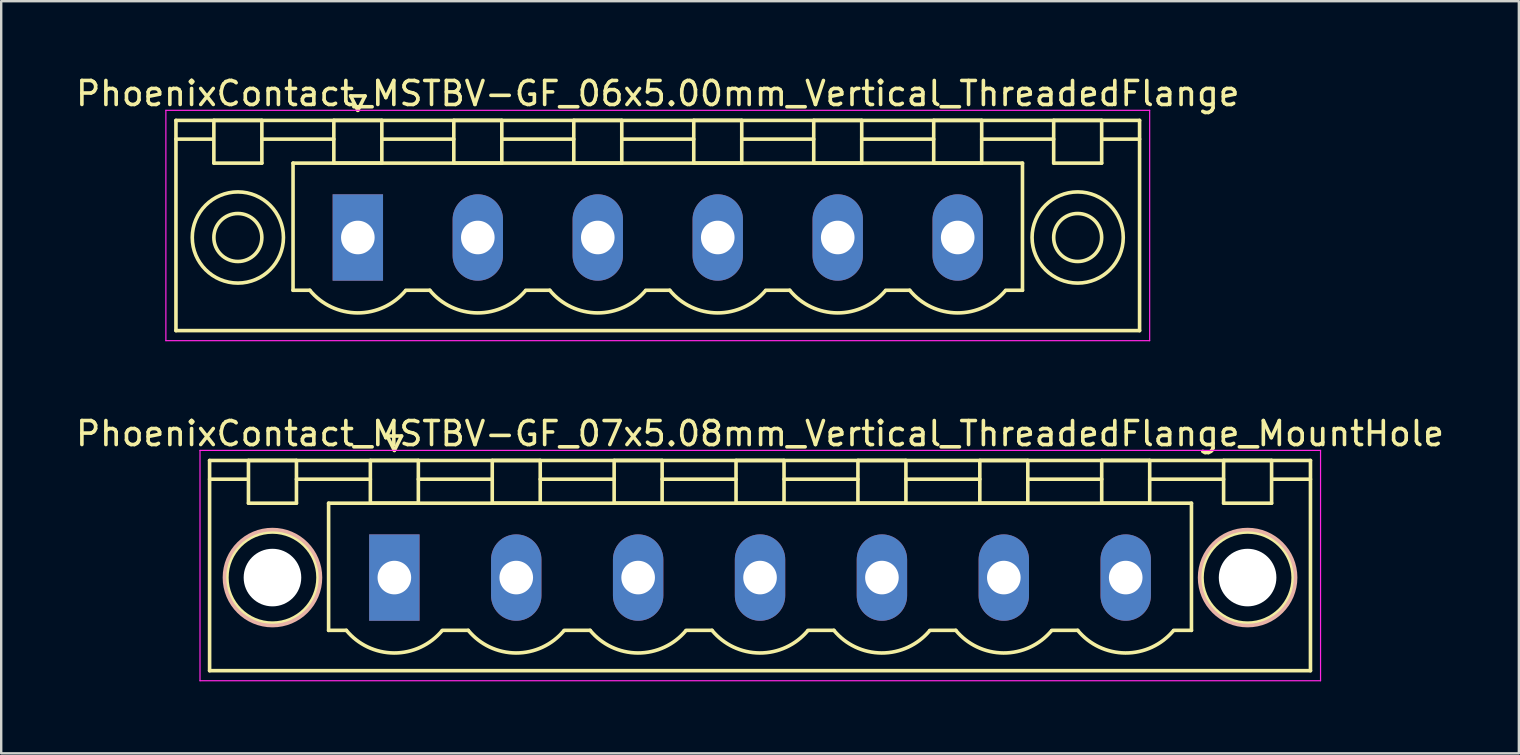
<source format=kicad_pcb>
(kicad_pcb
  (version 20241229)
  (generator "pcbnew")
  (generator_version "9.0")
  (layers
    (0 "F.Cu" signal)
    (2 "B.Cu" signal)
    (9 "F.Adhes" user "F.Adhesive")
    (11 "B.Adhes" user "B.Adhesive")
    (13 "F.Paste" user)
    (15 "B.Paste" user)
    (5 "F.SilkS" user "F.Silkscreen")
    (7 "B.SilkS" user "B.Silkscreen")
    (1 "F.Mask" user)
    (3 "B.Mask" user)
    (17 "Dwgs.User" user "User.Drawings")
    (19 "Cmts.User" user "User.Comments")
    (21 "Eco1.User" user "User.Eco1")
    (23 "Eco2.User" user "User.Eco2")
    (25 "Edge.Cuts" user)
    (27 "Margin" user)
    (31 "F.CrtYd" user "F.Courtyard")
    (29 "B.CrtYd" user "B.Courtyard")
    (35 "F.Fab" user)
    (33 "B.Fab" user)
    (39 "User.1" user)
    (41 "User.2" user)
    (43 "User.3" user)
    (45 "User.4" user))
  (footprint "PhoenixContact_MSTBV-GF_06x5.00mm_Vertical_ThreadedFlange"
    (layer "F.Cu")
    (at 11.863 6.848)
    (property "Reference" "PhoenixContact_MSTBV-GF_06x5.00mm_Vertical_ThreadedFlange" (at 12.5 -6 0) (layer "F.SilkS") (effects (font (size 1 1) (thickness 0.15))))
    (attr through_hole)
    (fp_line (start -7.58 -4.88) (end -7.58 3.88) (stroke (width 0.15) (type solid)) (layer "F.SilkS"))
    (fp_line (start -7.58 -4.1) (end -6.08 -4.1) (stroke (width 0.15) (type solid)) (layer "F.SilkS"))
    (fp_line (start -7.58 3.88) (end 32.58 3.88) (stroke (width 0.15) (type solid)) (layer "F.SilkS"))
    (fp_line (start -6 -4.88) (end -4 -4.88) (stroke (width 0.15) (type solid)) (layer "F.SilkS"))
    (fp_line (start -6 -3.1) (end -6 -4.88) (stroke (width 0.15) (type solid)) (layer "F.SilkS"))
    (fp_line (start -4 -4.88) (end -4 -3.1) (stroke (width 0.15) (type solid)) (layer "F.SilkS"))
    (fp_line (start -4 -4.1) (end -1 -4.1) (stroke (width 0.15) (type solid)) (layer "F.SilkS"))
    (fp_line (start -4 -3.1) (end -6 -3.1) (stroke (width 0.15) (type solid)) (layer "F.SilkS"))
    (fp_line (start -2.7 -3.1) (end 27.7 -3.1) (stroke (width 0.15) (type solid)) (layer "F.SilkS"))
    (fp_line (start -2.7 2.2) (end -2.7 -3.1) (stroke (width 0.15) (type solid)) (layer "F.SilkS"))
    (fp_line (start -2 2.2) (end -2.7 2.2) (stroke (width 0.15) (type solid)) (layer "F.SilkS"))
    (fp_line (start -1 -4.88) (end 1 -4.88) (stroke (width 0.15) (type solid)) (layer "F.SilkS"))
    (fp_line (start -1 -3.1) (end -1 -4.88) (stroke (width 0.15) (type solid)) (layer "F.SilkS"))
    (fp_line (start -0.3 -5.9) (end 0 -5.3) (stroke (width 0.15) (type solid)) (layer "F.SilkS"))
    (fp_line (start 0 -5.3) (end 0.3 -5.9) (stroke (width 0.15) (type solid)) (layer "F.SilkS"))
    (fp_line (start 0.3 -5.9) (end -0.3 -5.9) (stroke (width 0.15) (type solid)) (layer "F.SilkS"))
    (fp_line (start 1 -4.88) (end 1 -3.1) (stroke (width 0.15) (type solid)) (layer "F.SilkS"))
    (fp_line (start 1 -4.1) (end 4 -4.1) (stroke (width 0.15) (type solid)) (layer "F.SilkS"))
    (fp_line (start 1 -3.1) (end -1 -3.1) (stroke (width 0.15) (type solid)) (layer "F.SilkS"))
    (fp_line (start 2 2.2) (end 3 2.2) (stroke (width 0.15) (type solid)) (layer "F.SilkS"))
    (fp_line (start 4 -4.88) (end 6 -4.88) (stroke (width 0.15) (type solid)) (layer "F.SilkS"))
    (fp_line (start 4 -3.1) (end 4 -4.88) (stroke (width 0.15) (type solid)) (layer "F.SilkS"))
    (fp_line (start 6 -4.88) (end 6 -3.1) (stroke (width 0.15) (type solid)) (layer "F.SilkS"))
    (fp_line (start 6 -4.1) (end 9 -4.1) (stroke (width 0.15) (type solid)) (layer "F.SilkS"))
    (fp_line (start 6 -3.1) (end 4 -3.1) (stroke (width 0.15) (type solid)) (layer "F.SilkS"))
    (fp_line (start 7 2.2) (end 8 2.2) (stroke (width 0.15) (type solid)) (layer "F.SilkS"))
    (fp_line (start 9 -4.88) (end 11 -4.88) (stroke (width 0.15) (type solid)) (layer "F.SilkS"))
    (fp_line (start 9 -3.1) (end 9 -4.88) (stroke (width 0.15) (type solid)) (layer "F.SilkS"))
    (fp_line (start 11 -4.88) (end 11 -3.1) (stroke (width 0.15) (type solid)) (layer "F.SilkS"))
    (fp_line (start 11 -4.1) (end 14 -4.1) (stroke (width 0.15) (type solid)) (layer "F.SilkS"))
    (fp_line (start 11 -3.1) (end 9 -3.1) (stroke (width 0.15) (type solid)) (layer "F.SilkS"))
    (fp_line (start 12 2.2) (end 13 2.2) (stroke (width 0.15) (type solid)) (layer "F.SilkS"))
    (fp_line (start 14 -4.88) (end 16 -4.88) (stroke (width 0.15) (type solid)) (layer "F.SilkS"))
    (fp_line (start 14 -3.1) (end 14 -4.88) (stroke (width 0.15) (type solid)) (layer "F.SilkS"))
    (fp_line (start 16 -4.88) (end 16 -3.1) (stroke (width 0.15) (type solid)) (layer "F.SilkS"))
    (fp_line (start 16 -4.1) (end 19 -4.1) (stroke (width 0.15) (type solid)) (layer "F.SilkS"))
    (fp_line (start 16 -3.1) (end 14 -3.1) (stroke (width 0.15) (type solid)) (layer "F.SilkS"))
    (fp_line (start 17 2.2) (end 18 2.2) (stroke (width 0.15) (type solid)) (layer "F.SilkS"))
    (fp_line (start 19 -4.88) (end 21 -4.88) (stroke (width 0.15) (type solid)) (layer "F.SilkS"))
    (fp_line (start 19 -3.1) (end 19 -4.88) (stroke (width 0.15) (type solid)) (layer "F.SilkS"))
    (fp_line (start 21 -4.88) (end 21 -3.1) (stroke (width 0.15) (type solid)) (layer "F.SilkS"))
    (fp_line (start 21 -4.1) (end 24 -4.1) (stroke (width 0.15) (type solid)) (layer "F.SilkS"))
    (fp_line (start 21 -3.1) (end 19 -3.1) (stroke (width 0.15) (type solid)) (layer "F.SilkS"))
    (fp_line (start 22 2.2) (end 23 2.2) (stroke (width 0.15) (type solid)) (layer "F.SilkS"))
    (fp_line (start 24 -4.88) (end 26 -4.88) (stroke (width 0.15) (type solid)) (layer "F.SilkS"))
    (fp_line (start 24 -3.1) (end 24 -4.88) (stroke (width 0.15) (type solid)) (layer "F.SilkS"))
    (fp_line (start 26 -4.88) (end 26 -3.1) (stroke (width 0.15) (type solid)) (layer "F.SilkS"))
    (fp_line (start 26 -4.1) (end 29 -4.1) (stroke (width 0.15) (type solid)) (layer "F.SilkS"))
    (fp_line (start 26 -3.1) (end 24 -3.1) (stroke (width 0.15) (type solid)) (layer "F.SilkS"))
    (fp_line (start 27.7 -3.1) (end 27.7 2.2) (stroke (width 0.15) (type solid)) (layer "F.SilkS"))
    (fp_line (start 27.7 2.2) (end 27 2.2) (stroke (width 0.15) (type solid)) (layer "F.SilkS"))
    (fp_line (start 29 -4.88) (end 31 -4.88) (stroke (width 0.15) (type solid)) (layer "F.SilkS"))
    (fp_line (start 29 -3.1) (end 29 -4.88) (stroke (width 0.15) (type solid)) (layer "F.SilkS"))
    (fp_line (start 31 -4.88) (end 31 -3.1) (stroke (width 0.15) (type solid)) (layer "F.SilkS"))
    (fp_line (start 31 -3.1) (end 29 -3.1) (stroke (width 0.15) (type solid)) (layer "F.SilkS"))
    (fp_line (start 32.58 -4.88) (end -7.58 -4.88) (stroke (width 0.15) (type solid)) (layer "F.SilkS"))
    (fp_line (start 32.58 -4.1) (end 31.08 -4.1) (stroke (width 0.15) (type solid)) (layer "F.SilkS"))
    (fp_line (start 32.58 3.88) (end 32.58 -4.88) (stroke (width 0.15) (type solid)) (layer "F.SilkS"))
    (fp_arc (start 1.986842 2.215821) (mid -0.010289 3.142758) (end -2 2.2) (stroke (width 0.15) (type solid)) (layer "F.SilkS"))
    (fp_arc (start 6.986842 2.215821) (mid 4.989711 3.142758) (end 3 2.2) (stroke (width 0.15) (type solid)) (layer "F.SilkS"))
    (fp_arc (start 11.986842 2.215821) (mid 9.989711 3.142758) (end 8 2.2) (stroke (width 0.15) (type solid)) (layer "F.SilkS"))
    (fp_arc (start 16.986842 2.215821) (mid 14.989711 3.142758) (end 13 2.2) (stroke (width 0.15) (type solid)) (layer "F.SilkS"))
    (fp_arc (start 21.986842 2.215821) (mid 19.989711 3.142758) (end 18 2.2) (stroke (width 0.15) (type solid)) (layer "F.SilkS"))
    (fp_arc (start 26.986842 2.215821) (mid 24.989711 3.142758) (end 23 2.2) (stroke (width 0.15) (type solid)) (layer "F.SilkS"))
    (fp_circle (center -5 0) (end -4 0) (stroke (width 0.15) (type solid)) (fill no) (layer "F.SilkS"))
    (fp_circle (center -5 0) (end -3.1 0) (stroke (width 0.15) (type solid)) (fill no) (layer "F.SilkS"))
    (fp_circle (center 30 0) (end 31 0) (stroke (width 0.15) (type solid)) (fill no) (layer "F.SilkS"))
    (fp_circle (center 30 0) (end 31.9 0) (stroke (width 0.15) (type solid)) (fill no) (layer "F.SilkS"))
    (fp_line (start -8 -5.3) (end -8 4.3) (stroke (width 0.05) (type solid)) (layer "F.CrtYd"))
    (fp_line (start -8 4.3) (end 33 4.3) (stroke (width 0.05) (type solid)) (layer "F.CrtYd"))
    (fp_line (start 33 -5.3) (end -8 -5.3) (stroke (width 0.05) (type solid)) (layer "F.CrtYd"))
    (fp_line (start 33 4.3) (end 33 -5.3) (stroke (width 0.05) (type solid)) (layer "F.CrtYd"))
    (pad "1" thru_hole rect (at 0 0) (size 2.1 3.6) (drill 1.4) (layers "*.Cu" "*.Mask"))
    (pad "2" thru_hole oval (at 5 0) (size 2.1 3.6) (drill 1.4) (layers "*.Cu" "*.Mask"))
    (pad "3" thru_hole oval (at 10 0) (size 2.1 3.6) (drill 1.4) (layers "*.Cu" "*.Mask"))
    (pad "4" thru_hole oval (at 15 0) (size 2.1 3.6) (drill 1.4) (layers "*.Cu" "*.Mask"))
    (pad "5" thru_hole oval (at 20 0) (size 2.1 3.6) (drill 1.4) (layers "*.Cu" "*.Mask"))
    (pad "6" thru_hole oval (at 25 0) (size 2.1 3.6) (drill 1.4) (layers "*.Cu" "*.Mask")))
  (footprint "PhoenixContact_MSTBV-GF_07x5.08mm_Vertical_ThreadedFlange_MountHole"
    (layer "F.Cu")
    (at 13.385 21.021)
    (property "Reference" "PhoenixContact_MSTBV-GF_07x5.08mm_Vertical_ThreadedFlange_MountHole" (at 15.24 -6 0) (layer "F.SilkS") (effects (font (size 1 1) (thickness 0.15))))
    (attr through_hole)
    (fp_line (start -7.7 -4.88) (end -7.7 3.88) (stroke (width 0.15) (type solid)) (layer "F.SilkS"))
    (fp_line (start -7.7 -4.1) (end -6.16 -4.1) (stroke (width 0.15) (type solid)) (layer "F.SilkS"))
    (fp_line (start -7.7 3.88) (end 38.18 3.88) (stroke (width 0.15) (type solid)) (layer "F.SilkS"))
    (fp_line (start -6.08 -4.88) (end -4.08 -4.88) (stroke (width 0.15) (type solid)) (layer "F.SilkS"))
    (fp_line (start -6.08 -3.1) (end -6.08 -4.88) (stroke (width 0.15) (type solid)) (layer "F.SilkS"))
    (fp_line (start -4.08 -4.88) (end -4.08 -3.1) (stroke (width 0.15) (type solid)) (layer "F.SilkS"))
    (fp_line (start -4.08 -4.1) (end -1 -4.1) (stroke (width 0.15) (type solid)) (layer "F.SilkS"))
    (fp_line (start -4.08 -3.1) (end -6.08 -3.1) (stroke (width 0.15) (type solid)) (layer "F.SilkS"))
    (fp_line (start -2.74 -3.1) (end 33.22 -3.1) (stroke (width 0.15) (type solid)) (layer "F.SilkS"))
    (fp_line (start -2.74 2.2) (end -2.74 -3.1) (stroke (width 0.15) (type solid)) (layer "F.SilkS"))
    (fp_line (start -2 2.2) (end -2.74 2.2) (stroke (width 0.15) (type solid)) (layer "F.SilkS"))
    (fp_line (start -1 -4.88) (end 1 -4.88) (stroke (width 0.15) (type solid)) (layer "F.SilkS"))
    (fp_line (start -1 -3.1) (end -1 -4.88) (stroke (width 0.15) (type solid)) (layer "F.SilkS"))
    (fp_line (start -0.3 -5.9) (end 0 -5.3) (stroke (width 0.15) (type solid)) (layer "F.SilkS"))
    (fp_line (start 0 -5.3) (end 0.3 -5.9) (stroke (width 0.15) (type solid)) (layer "F.SilkS"))
    (fp_line (start 0.3 -5.9) (end -0.3 -5.9) (stroke (width 0.15) (type solid)) (layer "F.SilkS"))
    (fp_line (start 1 -4.88) (end 1 -3.1) (stroke (width 0.15) (type solid)) (layer "F.SilkS"))
    (fp_line (start 1 -4.1) (end 4.08 -4.1) (stroke (width 0.15) (type solid)) (layer "F.SilkS"))
    (fp_line (start 1 -3.1) (end -1 -3.1) (stroke (width 0.15) (type solid)) (layer "F.SilkS"))
    (fp_line (start 2 2.2) (end 3.08 2.2) (stroke (width 0.15) (type solid)) (layer "F.SilkS"))
    (fp_line (start 4.08 -4.88) (end 6.08 -4.88) (stroke (width 0.15) (type solid)) (layer "F.SilkS"))
    (fp_line (start 4.08 -3.1) (end 4.08 -4.88) (stroke (width 0.15) (type solid)) (layer "F.SilkS"))
    (fp_line (start 6.08 -4.88) (end 6.08 -3.1) (stroke (width 0.15) (type solid)) (layer "F.SilkS"))
    (fp_line (start 6.08 -4.1) (end 9.16 -4.1) (stroke (width 0.15) (type solid)) (layer "F.SilkS"))
    (fp_line (start 6.08 -3.1) (end 4.08 -3.1) (stroke (width 0.15) (type solid)) (layer "F.SilkS"))
    (fp_line (start 7.08 2.2) (end 8.16 2.2) (stroke (width 0.15) (type solid)) (layer "F.SilkS"))
    (fp_line (start 9.16 -4.88) (end 11.16 -4.88) (stroke (width 0.15) (type solid)) (layer "F.SilkS"))
    (fp_line (start 9.16 -3.1) (end 9.16 -4.88) (stroke (width 0.15) (type solid)) (layer "F.SilkS"))
    (fp_line (start 11.16 -4.88) (end 11.16 -3.1) (stroke (width 0.15) (type solid)) (layer "F.SilkS"))
    (fp_line (start 11.16 -4.1) (end 14.24 -4.1) (stroke (width 0.15) (type solid)) (layer "F.SilkS"))
    (fp_line (start 11.16 -3.1) (end 9.16 -3.1) (stroke (width 0.15) (type solid)) (layer "F.SilkS"))
    (fp_line (start 12.16 2.2) (end 13.24 2.2) (stroke (width 0.15) (type solid)) (layer "F.SilkS"))
    (fp_line (start 14.24 -4.88) (end 16.24 -4.88) (stroke (width 0.15) (type solid)) (layer "F.SilkS"))
    (fp_line (start 14.24 -3.1) (end 14.24 -4.88) (stroke (width 0.15) (type solid)) (layer "F.SilkS"))
    (fp_line (start 16.24 -4.88) (end 16.24 -3.1) (stroke (width 0.15) (type solid)) (layer "F.SilkS"))
    (fp_line (start 16.24 -4.1) (end 19.32 -4.1) (stroke (width 0.15) (type solid)) (layer "F.SilkS"))
    (fp_line (start 16.24 -3.1) (end 14.24 -3.1) (stroke (width 0.15) (type solid)) (layer "F.SilkS"))
    (fp_line (start 17.24 2.2) (end 18.32 2.2) (stroke (width 0.15) (type solid)) (layer "F.SilkS"))
    (fp_line (start 19.32 -4.88) (end 21.32 -4.88) (stroke (width 0.15) (type solid)) (layer "F.SilkS"))
    (fp_line (start 19.32 -3.1) (end 19.32 -4.88) (stroke (width 0.15) (type solid)) (layer "F.SilkS"))
    (fp_line (start 21.32 -4.88) (end 21.32 -3.1) (stroke (width 0.15) (type solid)) (layer "F.SilkS"))
    (fp_line (start 21.32 -4.1) (end 24.4 -4.1) (stroke (width 0.15) (type solid)) (layer "F.SilkS"))
    (fp_line (start 21.32 -3.1) (end 19.32 -3.1) (stroke (width 0.15) (type solid)) (layer "F.SilkS"))
    (fp_line (start 22.32 2.2) (end 23.4 2.2) (stroke (width 0.15) (type solid)) (layer "F.SilkS"))
    (fp_line (start 24.4 -4.88) (end 26.4 -4.88) (stroke (width 0.15) (type solid)) (layer "F.SilkS"))
    (fp_line (start 24.4 -3.1) (end 24.4 -4.88) (stroke (width 0.15) (type solid)) (layer "F.SilkS"))
    (fp_line (start 26.4 -4.88) (end 26.4 -3.1) (stroke (width 0.15) (type solid)) (layer "F.SilkS"))
    (fp_line (start 26.4 -4.1) (end 29.48 -4.1) (stroke (width 0.15) (type solid)) (layer "F.SilkS"))
    (fp_line (start 26.4 -3.1) (end 24.4 -3.1) (stroke (width 0.15) (type solid)) (layer "F.SilkS"))
    (fp_line (start 27.4 2.2) (end 28.48 2.2) (stroke (width 0.15) (type solid)) (layer "F.SilkS"))
    (fp_line (start 29.48 -4.88) (end 31.48 -4.88) (stroke (width 0.15) (type solid)) (layer "F.SilkS"))
    (fp_line (start 29.48 -3.1) (end 29.48 -4.88) (stroke (width 0.15) (type solid)) (layer "F.SilkS"))
    (fp_line (start 31.48 -4.88) (end 31.48 -3.1) (stroke (width 0.15) (type solid)) (layer "F.SilkS"))
    (fp_line (start 31.48 -4.1) (end 34.56 -4.1) (stroke (width 0.15) (type solid)) (layer "F.SilkS"))
    (fp_line (start 31.48 -3.1) (end 29.48 -3.1) (stroke (width 0.15) (type solid)) (layer "F.SilkS"))
    (fp_line (start 33.22 -3.1) (end 33.22 2.2) (stroke (width 0.15) (type solid)) (layer "F.SilkS"))
    (fp_line (start 33.22 2.2) (end 32.48 2.2) (stroke (width 0.15) (type solid)) (layer "F.SilkS"))
    (fp_line (start 34.56 -4.88) (end 36.56 -4.88) (stroke (width 0.15) (type solid)) (layer "F.SilkS"))
    (fp_line (start 34.56 -3.1) (end 34.56 -4.88) (stroke (width 0.15) (type solid)) (layer "F.SilkS"))
    (fp_line (start 36.56 -4.88) (end 36.56 -3.1) (stroke (width 0.15) (type solid)) (layer "F.SilkS"))
    (fp_line (start 36.56 -3.1) (end 34.56 -3.1) (stroke (width 0.15) (type solid)) (layer "F.SilkS"))
    (fp_line (start 38.18 -4.88) (end -7.7 -4.88) (stroke (width 0.15) (type solid)) (layer "F.SilkS"))
    (fp_line (start 38.18 -4.1) (end 36.64 -4.1) (stroke (width 0.15) (type solid)) (layer "F.SilkS"))
    (fp_line (start 38.18 3.88) (end 38.18 -4.88) (stroke (width 0.15) (type solid)) (layer "F.SilkS"))
    (fp_arc (start 1.986842 2.215821) (mid -0.010289 3.142758) (end -2 2.2) (stroke (width 0.15) (type solid)) (layer "F.SilkS"))
    (fp_arc (start 7.066842 2.215821) (mid 5.069711 3.142758) (end 3.08 2.2) (stroke (width 0.15) (type solid)) (layer "F.SilkS"))
    (fp_arc (start 12.146842 2.215821) (mid 10.149711 3.142758) (end 8.16 2.2) (stroke (width 0.15) (type solid)) (layer "F.SilkS"))
    (fp_arc (start 17.226842 2.215821) (mid 15.229711 3.142758) (end 13.24 2.2) (stroke (width 0.15) (type solid)) (layer "F.SilkS"))
    (fp_arc (start 22.306842 2.215821) (mid 20.309711 3.142758) (end 18.32 2.2) (stroke (width 0.15) (type solid)) (layer "F.SilkS"))
    (fp_arc (start 27.386842 2.215821) (mid 25.389711 3.142758) (end 23.4 2.2) (stroke (width 0.15) (type solid)) (layer "F.SilkS"))
    (fp_arc (start 32.466842 2.215821) (mid 30.469711 3.142758) (end 28.48 2.2) (stroke (width 0.15) (type solid)) (layer "F.SilkS"))
    (fp_circle (center -5.08 0) (end -3.18 0) (stroke (width 0.15) (type solid)) (fill no) (layer "F.SilkS"))
    (fp_circle (center 35.56 0) (end 37.46 0) (stroke (width 0.15) (type solid)) (fill no) (layer "F.SilkS"))
    (fp_circle (center -5.08 0) (end -3.08 0) (stroke (width 0.15) (type solid)) (fill no) (layer "B.SilkS"))
    (fp_circle (center 35.56 0) (end 37.56 0) (stroke (width 0.15) (type solid)) (fill no) (layer "B.SilkS"))
    (fp_line (start -8.1 -5.3) (end -8.1 4.3) (stroke (width 0.05) (type solid)) (layer "F.CrtYd"))
    (fp_line (start -8.1 4.3) (end 38.6 4.3) (stroke (width 0.05) (type solid)) (layer "F.CrtYd"))
    (fp_line (start 38.6 -5.3) (end -8.1 -5.3) (stroke (width 0.05) (type solid)) (layer "F.CrtYd"))
    (fp_line (start 38.6 4.3) (end 38.6 -5.3) (stroke (width 0.05) (type solid)) (layer "F.CrtYd"))
    (pad "" np_thru_hole circle (at -5.08 0) (size 2.4 2.4) (drill 2.4) (layers "*.Cu" "*.Mask"))
    (pad "" np_thru_hole circle (at 35.56 0) (size 2.4 2.4) (drill 2.4) (layers "*.Cu" "*.Mask"))
    (pad "1" thru_hole rect (at 0 0) (size 2.1 3.6) (drill 1.4) (layers "*.Cu" "*.Mask"))
    (pad "2" thru_hole oval (at 5.08 0) (size 2.1 3.6) (drill 1.4) (layers "*.Cu" "*.Mask"))
    (pad "3" thru_hole oval (at 10.16 0) (size 2.1 3.6) (drill 1.4) (layers "*.Cu" "*.Mask"))
    (pad "4" thru_hole oval (at 15.24 0) (size 2.1 3.6) (drill 1.4) (layers "*.Cu" "*.Mask"))
    (pad "5" thru_hole oval (at 20.32 0) (size 2.1 3.6) (drill 1.4) (layers "*.Cu" "*.Mask"))
    (pad "6" thru_hole oval (at 25.4 0) (size 2.1 3.6) (drill 1.4) (layers "*.Cu" "*.Mask"))
    (pad "7" thru_hole oval (at 30.48 0) (size 2.1 3.6) (drill 1.4) (layers "*.Cu" "*.Mask")))
  (gr_rect
    (start -3 -3)
    (end 60.25 28.346)
    (stroke (width 0.1) (type default))
    (fill no)
    (layer "Edge.Cuts")))
</source>
